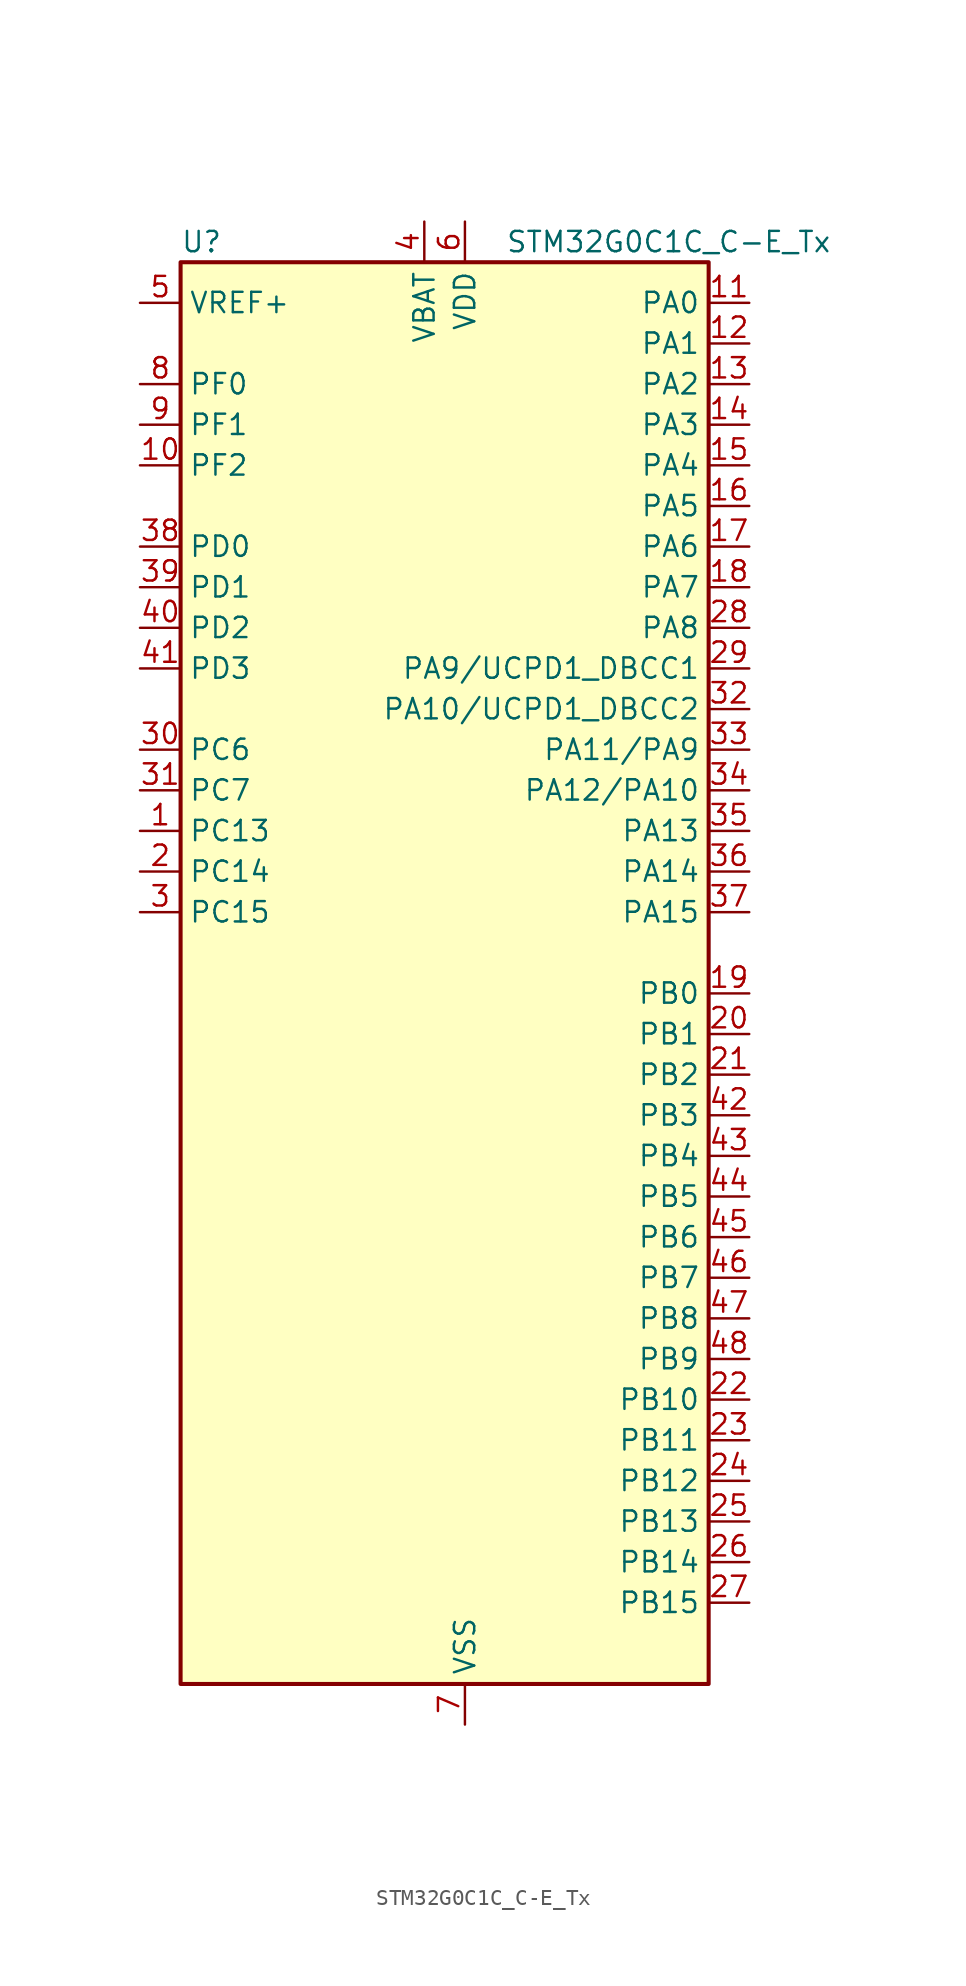
<source format=kicad_sym>
(kicad_symbol_lib
  (version 20211014)
  (generator kicad-library-utils)
  (symbol "STM32G0C1C_C-E_Tx"
    (property "Reference" "U"
      (at -15.24 46.99 0)
      (effects (font (size 1.27 1.27)) (justify left)))
    (property "Value" "STM32G0C1C_C-E_Tx"
      (at 5.08 46.99 0)
      (effects (font (size 1.27 1.27)) (justify left)))
    (property "ki_fp_filters" "LQFP*7x7mm*P0.5mm*"
      (at 0.0 0.0 0.0)
      (effects (font (size 1.27 1.27))))
    (symbol "STM32G0C1C_C-E_Tx_0_1"
      (rectangle (start -15.24 -43.18) (end 17.78 45.72) (stroke (width 0.254)) (fill (type background))))
    (symbol "STM32G0C1C_C-E_Tx_1_1"
      (pin input line (at -17.78 43.18 0) (length 2.54) (name "VREF+" (effects (font (size 1.27 1.27)))) (number "5" (effects (font (size 1.27 1.27)))) (alternate "VREFBUF_OUT" bidirectional line))
      (pin bidirectional line (at -17.78 38.1 0) (length 2.54) (name "PF0" (effects (font (size 1.27 1.27)))) (number "8" (effects (font (size 1.27 1.27)))) (alternate "CRS1_SYNC" bidirectional line) (alternate "RCC_OSC_IN" bidirectional line) (alternate "TIM14_CH1" bidirectional line))
      (pin bidirectional line (at -17.78 35.56 0) (length 2.54) (name "PF1" (effects (font (size 1.27 1.27)))) (number "9" (effects (font (size 1.27 1.27)))) (alternate "RCC_OSC_EN" bidirectional line) (alternate "RCC_OSC_OUT" bidirectional line) (alternate "TIM15_CH1N" bidirectional line))
      (pin bidirectional line (at -17.78 33.02 0) (length 2.54) (name "PF2" (effects (font (size 1.27 1.27)))) (number "10" (effects (font (size 1.27 1.27)))) (alternate "LPUART2_DE" bidirectional line) (alternate "LPUART2_RTS" bidirectional line) (alternate "LPUART2_TX" bidirectional line) (alternate "RCC_MCO" bidirectional line))
      (pin bidirectional line (at -17.78 27.94 0) (length 2.54) (name "PD0" (effects (font (size 1.27 1.27)))) (number "38" (effects (font (size 1.27 1.27)))) (alternate "FDCAN1_RX" bidirectional line) (alternate "I2S2_WS" bidirectional line) (alternate "SPI2_NSS" bidirectional line) (alternate "TIM16_CH1" bidirectional line) (alternate "UCPD2_CC1" bidirectional line))
      (pin bidirectional line (at -17.78 25.4 0) (length 2.54) (name "PD1" (effects (font (size 1.27 1.27)))) (number "39" (effects (font (size 1.27 1.27)))) (alternate "FDCAN1_TX" bidirectional line) (alternate "I2S2_CK" bidirectional line) (alternate "SPI2_SCK" bidirectional line) (alternate "TIM17_CH1" bidirectional line) (alternate "UCPD2_DBCC1" bidirectional line))
      (pin bidirectional line (at -17.78 22.86 0) (length 2.54) (name "PD2" (effects (font (size 1.27 1.27)))) (number "40" (effects (font (size 1.27 1.27)))) (alternate "TIM1_CH1N" bidirectional line) (alternate "TIM3_ETR" bidirectional line) (alternate "UCPD2_CC2" bidirectional line) (alternate "USART3_CK" bidirectional line) (alternate "USART3_DE" bidirectional line) (alternate "USART3_RTS" bidirectional line) (alternate "USART5_RX" bidirectional line))
      (pin bidirectional line (at -17.78 20.32 0) (length 2.54) (name "PD3" (effects (font (size 1.27 1.27)))) (number "41" (effects (font (size 1.27 1.27)))) (alternate "I2S2_MCK" bidirectional line) (alternate "SPI2_MISO" bidirectional line) (alternate "TIM1_CH2N" bidirectional line) (alternate "UCPD2_DBCC2" bidirectional line) (alternate "USART2_CTS" bidirectional line) (alternate "USART2_NSS" bidirectional line) (alternate "USART5_TX" bidirectional line))
      (pin bidirectional line (at -17.78 15.24 0) (length 2.54) (name "PC6" (effects (font (size 1.27 1.27)))) (number "30" (effects (font (size 1.27 1.27)))) (alternate "LPUART2_TX" bidirectional line) (alternate "TIM2_CH3" bidirectional line) (alternate "TIM3_CH1" bidirectional line) (alternate "UCPD1_FRSTX1" bidirectional line) (alternate "UCPD1_FRSTX2" bidirectional line))
      (pin bidirectional line (at -17.78 12.7 0) (length 2.54) (name "PC7" (effects (font (size 1.27 1.27)))) (number "31" (effects (font (size 1.27 1.27)))) (alternate "LPUART2_RX" bidirectional line) (alternate "TIM2_CH4" bidirectional line) (alternate "TIM3_CH2" bidirectional line) (alternate "UCPD2_FRSTX1" bidirectional line) (alternate "UCPD2_FRSTX2" bidirectional line))
      (pin bidirectional line (at -17.78 10.16 0) (length 2.54) (name "PC13" (effects (font (size 1.27 1.27)))) (number "1" (effects (font (size 1.27 1.27)))) (alternate "RTC_OUT1" bidirectional line) (alternate "RTC_TAMP_IN1" bidirectional line) (alternate "RTC_TS" bidirectional line) (alternate "SYS_WKUP2" bidirectional line) (alternate "TIM1_BK" bidirectional line))
      (pin bidirectional line (at -17.78 7.62 0) (length 2.54) (name "PC14" (effects (font (size 1.27 1.27)))) (number "2" (effects (font (size 1.27 1.27)))) (alternate "RCC_OSC32_IN" bidirectional line) (alternate "TIM1_BK2" bidirectional line))
      (pin bidirectional line (at -17.78 5.08 0) (length 2.54) (name "PC15" (effects (font (size 1.27 1.27)))) (number "3" (effects (font (size 1.27 1.27)))) (alternate "RCC_OSC32_EN" bidirectional line) (alternate "RCC_OSC32_OUT" bidirectional line) (alternate "RCC_OSC_EN" bidirectional line) (alternate "TIM15_BK" bidirectional line))
      (pin bidirectional line (at 20.32 43.18 180) (length 2.54) (name "PA0" (effects (font (size 1.27 1.27)))) (number "11" (effects (font (size 1.27 1.27)))) (alternate "ADC1_IN0" bidirectional line) (alternate "COMP1_INM" bidirectional line) (alternate "COMP1_OUT" bidirectional line) (alternate "I2S2_CK" bidirectional line) (alternate "LPTIM1_OUT" bidirectional line) (alternate "RTC_TAMP_IN2" bidirectional line) (alternate "SPI2_SCK" bidirectional line) (alternate "SYS_WKUP1" bidirectional line) (alternate "TIM2_CH1" bidirectional line) (alternate "TIM2_ETR" bidirectional line) (alternate "UCPD2_FRSTX1" bidirectional line) (alternate "UCPD2_FRSTX2" bidirectional line) (alternate "USART2_CTS" bidirectional line) (alternate "USART2_NSS" bidirectional line) (alternate "USART4_TX" bidirectional line))
      (pin bidirectional line (at 20.32 40.64 180) (length 2.54) (name "PA1" (effects (font (size 1.27 1.27)))) (number "12" (effects (font (size 1.27 1.27)))) (alternate "ADC1_IN1" bidirectional line) (alternate "COMP1_INP" bidirectional line) (alternate "I2C1_SMBA" bidirectional line) (alternate "I2S1_CK" bidirectional line) (alternate "SPI1_SCK" bidirectional line) (alternate "TIM15_CH1N" bidirectional line) (alternate "TIM2_CH2" bidirectional line) (alternate "USART2_CK" bidirectional line) (alternate "USART2_DE" bidirectional line) (alternate "USART2_RTS" bidirectional line) (alternate "USART4_RX" bidirectional line))
      (pin bidirectional line (at 20.32 38.1 180) (length 2.54) (name "PA2" (effects (font (size 1.27 1.27)))) (number "13" (effects (font (size 1.27 1.27)))) (alternate "ADC1_IN2" bidirectional line) (alternate "COMP2_INM" bidirectional line) (alternate "COMP2_OUT" bidirectional line) (alternate "I2S1_SD" bidirectional line) (alternate "LPUART1_TX" bidirectional line) (alternate "RCC_LSCO" bidirectional line) (alternate "SPI1_MOSI" bidirectional line) (alternate "SYS_WKUP4" bidirectional line) (alternate "TIM15_CH1" bidirectional line) (alternate "TIM2_CH3" bidirectional line) (alternate "UCPD1_FRSTX1" bidirectional line) (alternate "UCPD1_FRSTX2" bidirectional line) (alternate "USART2_TX" bidirectional line))
      (pin bidirectional line (at 20.32 35.56 180) (length 2.54) (name "PA3" (effects (font (size 1.27 1.27)))) (number "14" (effects (font (size 1.27 1.27)))) (alternate "ADC1_IN3" bidirectional line) (alternate "COMP2_INP" bidirectional line) (alternate "I2S2_MCK" bidirectional line) (alternate "LPUART1_RX" bidirectional line) (alternate "SPI2_MISO" bidirectional line) (alternate "TIM15_CH2" bidirectional line) (alternate "TIM2_CH4" bidirectional line) (alternate "UCPD2_FRSTX1" bidirectional line) (alternate "UCPD2_FRSTX2" bidirectional line) (alternate "USART2_RX" bidirectional line))
      (pin bidirectional line (at 20.32 33.02 180) (length 2.54) (name "PA4" (effects (font (size 1.27 1.27)))) (number "15" (effects (font (size 1.27 1.27)))) (alternate "ADC1_IN4" bidirectional line) (alternate "DAC1_OUT1" bidirectional line) (alternate "I2S1_WS" bidirectional line) (alternate "I2S2_SD" bidirectional line) (alternate "LPTIM2_OUT" bidirectional line) (alternate "RTC_OUT2" bidirectional line) (alternate "SPI1_NSS" bidirectional line) (alternate "SPI2_MOSI" bidirectional line) (alternate "SPI3_NSS" bidirectional line) (alternate "TIM14_CH1" bidirectional line) (alternate "UCPD2_FRSTX1" bidirectional line) (alternate "UCPD2_FRSTX2" bidirectional line) (alternate "USART6_TX" bidirectional line) (alternate "USB_NOE" bidirectional line))
      (pin bidirectional line (at 20.32 30.48 180) (length 2.54) (name "PA5" (effects (font (size 1.27 1.27)))) (number "16" (effects (font (size 1.27 1.27)))) (alternate "ADC1_IN5" bidirectional line) (alternate "CEC" bidirectional line) (alternate "DAC1_OUT2" bidirectional line) (alternate "I2S1_CK" bidirectional line) (alternate "LPTIM2_ETR" bidirectional line) (alternate "SPI1_SCK" bidirectional line) (alternate "TIM2_CH1" bidirectional line) (alternate "TIM2_ETR" bidirectional line) (alternate "UCPD1_FRSTX1" bidirectional line) (alternate "UCPD1_FRSTX2" bidirectional line) (alternate "USART3_TX" bidirectional line) (alternate "USART6_RX" bidirectional line))
      (pin bidirectional line (at 20.32 27.94 180) (length 2.54) (name "PA6" (effects (font (size 1.27 1.27)))) (number "17" (effects (font (size 1.27 1.27)))) (alternate "ADC1_IN6" bidirectional line) (alternate "COMP1_OUT" bidirectional line) (alternate "I2C2_SDA" bidirectional line) (alternate "I2C3_SDA" bidirectional line) (alternate "I2S1_MCK" bidirectional line) (alternate "LPUART1_CTS" bidirectional line) (alternate "SPI1_MISO" bidirectional line) (alternate "TIM16_CH1" bidirectional line) (alternate "TIM1_BK" bidirectional line) (alternate "TIM3_CH1" bidirectional line) (alternate "USART3_CTS" bidirectional line) (alternate "USART3_NSS" bidirectional line) (alternate "USART6_CTS" bidirectional line) (alternate "USART6_NSS" bidirectional line))
      (pin bidirectional line (at 20.32 25.4 180) (length 2.54) (name "PA7" (effects (font (size 1.27 1.27)))) (number "18" (effects (font (size 1.27 1.27)))) (alternate "ADC1_IN7" bidirectional line) (alternate "COMP2_OUT" bidirectional line) (alternate "I2C2_SCL" bidirectional line) (alternate "I2C3_SCL" bidirectional line) (alternate "I2S1_SD" bidirectional line) (alternate "SPI1_MOSI" bidirectional line) (alternate "TIM14_CH1" bidirectional line) (alternate "TIM17_CH1" bidirectional line) (alternate "TIM1_CH1N" bidirectional line) (alternate "TIM3_CH2" bidirectional line) (alternate "UCPD1_FRSTX1" bidirectional line) (alternate "UCPD1_FRSTX2" bidirectional line) (alternate "USART6_CK" bidirectional line) (alternate "USART6_DE" bidirectional line) (alternate "USART6_RTS" bidirectional line))
      (pin bidirectional line (at 20.32 22.86 180) (length 2.54) (name "PA8" (effects (font (size 1.27 1.27)))) (number "28" (effects (font (size 1.27 1.27)))) (alternate "CRS1_SYNC" bidirectional line) (alternate "I2C2_SMBA" bidirectional line) (alternate "I2S2_WS" bidirectional line) (alternate "LPTIM2_OUT" bidirectional line) (alternate "RCC_MCO" bidirectional line) (alternate "SPI2_NSS" bidirectional line) (alternate "TIM1_CH1" bidirectional line) (alternate "UCPD1_CC1" bidirectional line))
      (pin bidirectional line (at 20.32 20.32 180) (length 2.54) (name "PA9/UCPD1_DBCC1" (effects (font (size 1.27 1.27)))) (number "29" (effects (font (size 1.27 1.27)))) (alternate "DAC1_EXTI9" bidirectional line) (alternate "I2C1_SCL" bidirectional line) (alternate "I2C2_SCL" bidirectional line) (alternate "I2S2_MCK" bidirectional line) (alternate "RCC_MCO" bidirectional line) (alternate "SPI2_MISO" bidirectional line) (alternate "TIM15_BK" bidirectional line) (alternate "TIM1_CH2" bidirectional line) (alternate "UCPD1_DBCC1" bidirectional line) (alternate "USART1_TX" bidirectional line))
      (pin bidirectional line (at 20.32 17.78 180) (length 2.54) (name "PA10/UCPD1_DBCC2" (effects (font (size 1.27 1.27)))) (number "32" (effects (font (size 1.27 1.27)))) (alternate "I2C1_SDA" bidirectional line) (alternate "I2C2_SDA" bidirectional line) (alternate "I2S2_SD" bidirectional line) (alternate "RCC_MCO_2" bidirectional line) (alternate "SPI2_MOSI" bidirectional line) (alternate "TIM17_BK" bidirectional line) (alternate "TIM1_CH3" bidirectional line) (alternate "UCPD1_DBCC2" bidirectional line) (alternate "USART1_RX" bidirectional line))
      (pin bidirectional line (at 20.32 15.24 180) (length 2.54) (name "PA11/PA9" (effects (font (size 1.27 1.27)))) (number "33" (effects (font (size 1.27 1.27)))) (alternate "ADC1_EXTI11" bidirectional line) (alternate "COMP1_OUT" bidirectional line) (alternate "FDCAN1_RX" bidirectional line) (alternate "I2C2_SCL" bidirectional line) (alternate "I2S1_MCK" bidirectional line) (alternate "SPI1_MISO" bidirectional line) (alternate "TIM1_BK2" bidirectional line) (alternate "TIM1_CH4" bidirectional line) (alternate "USART1_CTS" bidirectional line) (alternate "USART1_NSS" bidirectional line) (alternate "USB_DM" bidirectional line))
      (pin bidirectional line (at 20.32 12.7 180) (length 2.54) (name "PA12/PA10" (effects (font (size 1.27 1.27)))) (number "34" (effects (font (size 1.27 1.27)))) (alternate "COMP2_OUT" bidirectional line) (alternate "FDCAN1_TX" bidirectional line) (alternate "I2C2_SDA" bidirectional line) (alternate "I2S1_SD" bidirectional line) (alternate "I2S_CKIN" bidirectional line) (alternate "SPI1_MOSI" bidirectional line) (alternate "TIM1_ETR" bidirectional line) (alternate "USART1_CK" bidirectional line) (alternate "USART1_DE" bidirectional line) (alternate "USART1_RTS" bidirectional line) (alternate "USB_DP" bidirectional line))
      (pin bidirectional line (at 20.32 10.16 180) (length 2.54) (name "PA13" (effects (font (size 1.27 1.27)))) (number "35" (effects (font (size 1.27 1.27)))) (alternate "IR_OUT" bidirectional line) (alternate "LPUART2_RX" bidirectional line) (alternate "SYS_SWDIO" bidirectional line) (alternate "USB_NOE" bidirectional line))
      (pin bidirectional line (at 20.32 7.62 180) (length 2.54) (name "PA14" (effects (font (size 1.27 1.27)))) (number "36" (effects (font (size 1.27 1.27)))) (alternate "LPUART2_TX" bidirectional line) (alternate "SYS_SWCLK" bidirectional line) (alternate "USART2_TX" bidirectional line))
      (pin bidirectional line (at 20.32 5.08 180) (length 2.54) (name "PA15" (effects (font (size 1.27 1.27)))) (number "37" (effects (font (size 1.27 1.27)))) (alternate "I2C2_SMBA" bidirectional line) (alternate "I2S1_WS" bidirectional line) (alternate "RCC_MCO_2" bidirectional line) (alternate "SPI1_NSS" bidirectional line) (alternate "SPI3_NSS" bidirectional line) (alternate "TIM2_CH1" bidirectional line) (alternate "TIM2_ETR" bidirectional line) (alternate "USART2_RX" bidirectional line) (alternate "USART3_CK" bidirectional line) (alternate "USART3_DE" bidirectional line) (alternate "USART3_RTS" bidirectional line) (alternate "USART4_CK" bidirectional line) (alternate "USART4_DE" bidirectional line) (alternate "USART4_RTS" bidirectional line) (alternate "USB_NOE" bidirectional line))
      (pin bidirectional line (at 20.32 0.0 180) (length 2.54) (name "PB0" (effects (font (size 1.27 1.27)))) (number "19" (effects (font (size 1.27 1.27)))) (alternate "ADC1_IN8" bidirectional line) (alternate "COMP1_OUT" bidirectional line) (alternate "COMP3_INP" bidirectional line) (alternate "FDCAN2_RX" bidirectional line) (alternate "I2S1_WS" bidirectional line) (alternate "LPTIM1_OUT" bidirectional line) (alternate "LPUART2_CTS" bidirectional line) (alternate "SPI1_NSS" bidirectional line) (alternate "TIM1_CH2N" bidirectional line) (alternate "TIM3_CH3" bidirectional line) (alternate "UCPD1_FRSTX1" bidirectional line) (alternate "UCPD1_FRSTX2" bidirectional line) (alternate "USART3_RX" bidirectional line) (alternate "USART5_TX" bidirectional line))
      (pin bidirectional line (at 20.32 -2.54 180) (length 2.54) (name "PB1" (effects (font (size 1.27 1.27)))) (number "20" (effects (font (size 1.27 1.27)))) (alternate "ADC1_IN9" bidirectional line) (alternate "COMP1_INM" bidirectional line) (alternate "COMP3_OUT" bidirectional line) (alternate "FDCAN2_TX" bidirectional line) (alternate "LPTIM2_IN1" bidirectional line) (alternate "LPUART1_DE" bidirectional line) (alternate "LPUART1_RTS" bidirectional line) (alternate "LPUART2_DE" bidirectional line) (alternate "LPUART2_RTS" bidirectional line) (alternate "TIM14_CH1" bidirectional line) (alternate "TIM1_CH3N" bidirectional line) (alternate "TIM3_CH4" bidirectional line) (alternate "USART3_CK" bidirectional line) (alternate "USART3_DE" bidirectional line) (alternate "USART3_RTS" bidirectional line) (alternate "USART5_RX" bidirectional line))
      (pin bidirectional line (at 20.32 -5.08 180) (length 2.54) (name "PB2" (effects (font (size 1.27 1.27)))) (number "21" (effects (font (size 1.27 1.27)))) (alternate "ADC1_IN10" bidirectional line) (alternate "COMP1_INP" bidirectional line) (alternate "COMP3_INM" bidirectional line) (alternate "I2S2_MCK" bidirectional line) (alternate "LPTIM1_OUT" bidirectional line) (alternate "RCC_MCO_2" bidirectional line) (alternate "SPI2_MISO" bidirectional line) (alternate "USART3_TX" bidirectional line))
      (pin bidirectional line (at 20.32 -7.62 180) (length 2.54) (name "PB3" (effects (font (size 1.27 1.27)))) (number "42" (effects (font (size 1.27 1.27)))) (alternate "COMP2_INM" bidirectional line) (alternate "I2C2_SCL" bidirectional line) (alternate "I2C3_SCL" bidirectional line) (alternate "I2S1_CK" bidirectional line) (alternate "SPI1_SCK" bidirectional line) (alternate "SPI3_SCK" bidirectional line) (alternate "TIM1_CH2" bidirectional line) (alternate "TIM2_CH2" bidirectional line) (alternate "USART1_CK" bidirectional line) (alternate "USART1_DE" bidirectional line) (alternate "USART1_RTS" bidirectional line) (alternate "USART5_TX" bidirectional line))
      (pin bidirectional line (at 20.32 -10.16 180) (length 2.54) (name "PB4" (effects (font (size 1.27 1.27)))) (number "43" (effects (font (size 1.27 1.27)))) (alternate "COMP2_INP" bidirectional line) (alternate "I2C2_SDA" bidirectional line) (alternate "I2C3_SDA" bidirectional line) (alternate "I2S1_MCK" bidirectional line) (alternate "SPI1_MISO" bidirectional line) (alternate "SPI3_MISO" bidirectional line) (alternate "TIM17_BK" bidirectional line) (alternate "TIM3_CH1" bidirectional line) (alternate "USART1_CTS" bidirectional line) (alternate "USART1_NSS" bidirectional line) (alternate "USART5_RX" bidirectional line))
      (pin bidirectional line (at 20.32 -12.7 180) (length 2.54) (name "PB5" (effects (font (size 1.27 1.27)))) (number "44" (effects (font (size 1.27 1.27)))) (alternate "COMP2_OUT" bidirectional line) (alternate "FDCAN2_RX" bidirectional line) (alternate "I2C1_SMBA" bidirectional line) (alternate "I2S1_SD" bidirectional line) (alternate "LPTIM1_IN1" bidirectional line) (alternate "SPI1_MOSI" bidirectional line) (alternate "SPI3_MOSI" bidirectional line) (alternate "SYS_WKUP6" bidirectional line) (alternate "TIM16_BK" bidirectional line) (alternate "TIM3_CH2" bidirectional line) (alternate "USART5_CK" bidirectional line) (alternate "USART5_DE" bidirectional line) (alternate "USART5_RTS" bidirectional line))
      (pin bidirectional line (at 20.32 -15.24 180) (length 2.54) (name "PB6" (effects (font (size 1.27 1.27)))) (number "45" (effects (font (size 1.27 1.27)))) (alternate "COMP2_INP" bidirectional line) (alternate "FDCAN2_TX" bidirectional line) (alternate "I2C1_SCL" bidirectional line) (alternate "I2S2_MCK" bidirectional line) (alternate "LPTIM1_ETR" bidirectional line) (alternate "LPUART2_TX" bidirectional line) (alternate "SPI2_MISO" bidirectional line) (alternate "TIM16_CH1N" bidirectional line) (alternate "TIM1_CH3" bidirectional line) (alternate "TIM4_CH1" bidirectional line) (alternate "USART1_TX" bidirectional line) (alternate "USART5_CTS" bidirectional line) (alternate "USART5_NSS" bidirectional line))
      (pin bidirectional line (at 20.32 -17.78 180) (length 2.54) (name "PB7" (effects (font (size 1.27 1.27)))) (number "46" (effects (font (size 1.27 1.27)))) (alternate "COMP2_INM" bidirectional line) (alternate "I2C1_SDA" bidirectional line) (alternate "I2S2_SD" bidirectional line) (alternate "LPTIM1_IN2" bidirectional line) (alternate "LPUART2_RX" bidirectional line) (alternate "SPI2_MOSI" bidirectional line) (alternate "SYS_PVD_IN" bidirectional line) (alternate "TIM17_CH1N" bidirectional line) (alternate "TIM4_CH2" bidirectional line) (alternate "USART1_RX" bidirectional line) (alternate "USART4_CTS" bidirectional line) (alternate "USART4_NSS" bidirectional line))
      (pin bidirectional line (at 20.32 -20.32 180) (length 2.54) (name "PB8" (effects (font (size 1.27 1.27)))) (number "47" (effects (font (size 1.27 1.27)))) (alternate "CEC" bidirectional line) (alternate "FDCAN1_RX" bidirectional line) (alternate "I2C1_SCL" bidirectional line) (alternate "I2S2_CK" bidirectional line) (alternate "SPI2_SCK" bidirectional line) (alternate "TIM15_BK" bidirectional line) (alternate "TIM16_CH1" bidirectional line) (alternate "TIM4_CH3" bidirectional line) (alternate "USART3_TX" bidirectional line) (alternate "USART6_TX" bidirectional line))
      (pin bidirectional line (at 20.32 -22.86 180) (length 2.54) (name "PB9" (effects (font (size 1.27 1.27)))) (number "48" (effects (font (size 1.27 1.27)))) (alternate "DAC1_EXTI9" bidirectional line) (alternate "FDCAN1_TX" bidirectional line) (alternate "I2C1_SDA" bidirectional line) (alternate "I2S2_WS" bidirectional line) (alternate "IR_OUT" bidirectional line) (alternate "SPI2_NSS" bidirectional line) (alternate "TIM17_CH1" bidirectional line) (alternate "TIM4_CH4" bidirectional line) (alternate "UCPD2_FRSTX1" bidirectional line) (alternate "UCPD2_FRSTX2" bidirectional line) (alternate "USART3_RX" bidirectional line) (alternate "USART6_RX" bidirectional line))
      (pin bidirectional line (at 20.32 -25.4 180) (length 2.54) (name "PB10" (effects (font (size 1.27 1.27)))) (number "22" (effects (font (size 1.27 1.27)))) (alternate "ADC1_IN11" bidirectional line) (alternate "CEC" bidirectional line) (alternate "COMP1_OUT" bidirectional line) (alternate "I2C2_SCL" bidirectional line) (alternate "I2S2_CK" bidirectional line) (alternate "LPUART1_RX" bidirectional line) (alternate "SPI2_SCK" bidirectional line) (alternate "TIM2_CH3" bidirectional line) (alternate "USART3_TX" bidirectional line))
      (pin bidirectional line (at 20.32 -27.94 180) (length 2.54) (name "PB11" (effects (font (size 1.27 1.27)))) (number "23" (effects (font (size 1.27 1.27)))) (alternate "ADC1_EXTI11" bidirectional line) (alternate "ADC1_IN15" bidirectional line) (alternate "COMP2_OUT" bidirectional line) (alternate "I2C2_SDA" bidirectional line) (alternate "I2S2_SD" bidirectional line) (alternate "LPUART1_TX" bidirectional line) (alternate "SPI2_MOSI" bidirectional line) (alternate "TIM2_CH4" bidirectional line) (alternate "USART3_RX" bidirectional line))
      (pin bidirectional line (at 20.32 -30.48 180) (length 2.54) (name "PB12" (effects (font (size 1.27 1.27)))) (number "24" (effects (font (size 1.27 1.27)))) (alternate "ADC1_IN16" bidirectional line) (alternate "FDCAN2_RX" bidirectional line) (alternate "I2C2_SMBA" bidirectional line) (alternate "I2S2_WS" bidirectional line) (alternate "LPUART1_DE" bidirectional line) (alternate "LPUART1_RTS" bidirectional line) (alternate "SPI2_NSS" bidirectional line) (alternate "TIM15_BK" bidirectional line) (alternate "TIM1_BK" bidirectional line) (alternate "UCPD2_FRSTX1" bidirectional line) (alternate "UCPD2_FRSTX2" bidirectional line))
      (pin bidirectional line (at 20.32 -33.02 180) (length 2.54) (name "PB13" (effects (font (size 1.27 1.27)))) (number "25" (effects (font (size 1.27 1.27)))) (alternate "FDCAN2_TX" bidirectional line) (alternate "I2C2_SCL" bidirectional line) (alternate "I2S2_CK" bidirectional line) (alternate "LPUART1_CTS" bidirectional line) (alternate "SPI2_SCK" bidirectional line) (alternate "TIM15_CH1N" bidirectional line) (alternate "TIM1_CH1N" bidirectional line) (alternate "USART3_CTS" bidirectional line) (alternate "USART3_NSS" bidirectional line))
      (pin bidirectional line (at 20.32 -35.56 180) (length 2.54) (name "PB14" (effects (font (size 1.27 1.27)))) (number "26" (effects (font (size 1.27 1.27)))) (alternate "I2C2_SDA" bidirectional line) (alternate "I2S2_MCK" bidirectional line) (alternate "SPI2_MISO" bidirectional line) (alternate "TIM15_CH1" bidirectional line) (alternate "TIM1_CH2N" bidirectional line) (alternate "UCPD1_FRSTX1" bidirectional line) (alternate "UCPD1_FRSTX2" bidirectional line) (alternate "USART3_CK" bidirectional line) (alternate "USART3_DE" bidirectional line) (alternate "USART3_RTS" bidirectional line) (alternate "USART6_CK" bidirectional line) (alternate "USART6_DE" bidirectional line) (alternate "USART6_RTS" bidirectional line))
      (pin bidirectional line (at 20.32 -38.1 180) (length 2.54) (name "PB15" (effects (font (size 1.27 1.27)))) (number "27" (effects (font (size 1.27 1.27)))) (alternate "I2S2_SD" bidirectional line) (alternate "RTC_REFIN" bidirectional line) (alternate "SPI2_MOSI" bidirectional line) (alternate "TIM15_CH1N" bidirectional line) (alternate "TIM15_CH2" bidirectional line) (alternate "TIM1_CH3N" bidirectional line) (alternate "UCPD1_CC2" bidirectional line) (alternate "USART6_CTS" bidirectional line) (alternate "USART6_NSS" bidirectional line))
      (pin power_in line (at 0.0 48.26 270) (length 2.54) (name "VBAT" (effects (font (size 1.27 1.27)))) (number "4" (effects (font (size 1.27 1.27)))))
      (pin power_in line (at 2.54 48.26 270) (length 2.54) (name "VDD" (effects (font (size 1.27 1.27)))) (number "6" (effects (font (size 1.27 1.27)))))
      (pin power_in line (at 2.54 -45.72 90) (length 2.54) (name "VSS" (effects (font (size 1.27 1.27)))) (number "7" (effects (font (size 1.27 1.27))))))))
</source>
